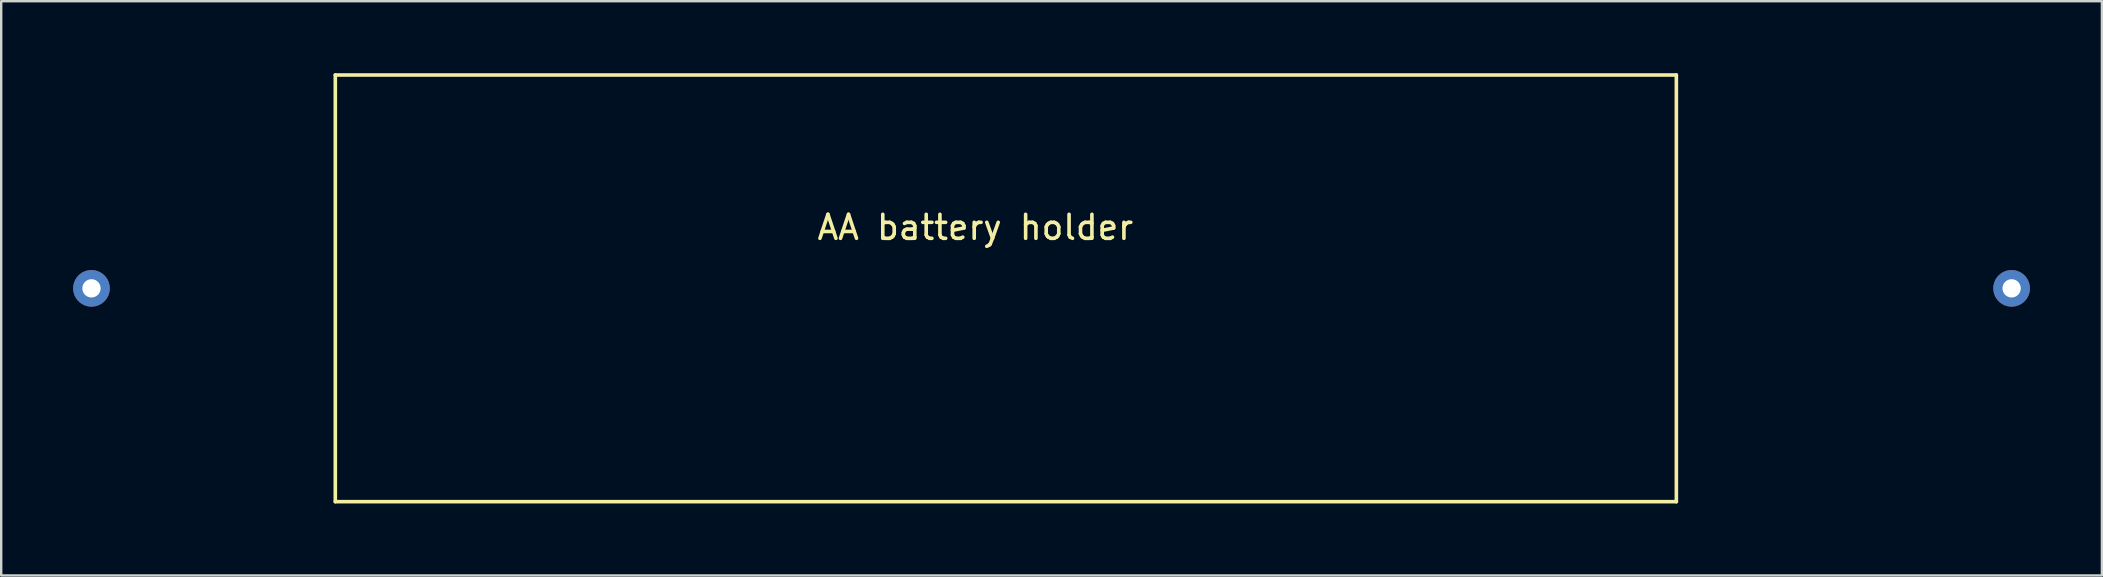
<source format=kicad_pcb>
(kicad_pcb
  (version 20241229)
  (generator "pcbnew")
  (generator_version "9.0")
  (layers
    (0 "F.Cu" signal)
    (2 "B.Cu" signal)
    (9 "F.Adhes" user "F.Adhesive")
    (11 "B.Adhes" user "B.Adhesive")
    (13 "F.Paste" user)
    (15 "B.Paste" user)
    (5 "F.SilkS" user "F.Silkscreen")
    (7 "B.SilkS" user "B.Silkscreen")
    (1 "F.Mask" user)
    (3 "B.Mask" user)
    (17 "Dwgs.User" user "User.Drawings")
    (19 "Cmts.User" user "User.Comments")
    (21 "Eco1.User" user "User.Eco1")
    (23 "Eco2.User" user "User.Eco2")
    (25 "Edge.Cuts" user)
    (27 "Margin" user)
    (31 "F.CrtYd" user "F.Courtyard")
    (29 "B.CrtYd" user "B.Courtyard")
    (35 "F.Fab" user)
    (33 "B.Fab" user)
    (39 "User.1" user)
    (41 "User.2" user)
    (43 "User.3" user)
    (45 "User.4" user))
  (footprint "AA battery holder"
    (layer "F.Cu")
    (at 37.592 8.965)
    (property "Reference" "AA battery holder" (at 0 -2.54 0) (layer "F.SilkS") (effects (font (size 1 1) (thickness 0.15))))
    (attr through_hole)
    (fp_line (start -26.67 -8.89) (end -26.67 8.89) (stroke (width 0.15) (type solid)) (layer "F.SilkS"))
    (fp_line (start -26.67 8.89) (end 29.21 8.89) (stroke (width 0.15) (type solid)) (layer "F.SilkS"))
    (fp_line (start 29.21 -8.89) (end -26.67 -8.89) (stroke (width 0.15) (type solid)) (layer "F.SilkS"))
    (fp_line (start 29.21 8.89) (end 29.21 -8.89) (stroke (width 0.15) (type solid)) (layer "F.SilkS"))
    (pad "1" thru_hole circle (at 43.18 0) (size 1.524 1.524) (drill 0.762) (layers "*.Cu" "*.Mask"))
    (pad "2" thru_hole circle (at -36.83 0) (size 1.524 1.524) (drill 0.762) (layers "*.Cu" "*.Mask")))
  (gr_rect
    (start -3 -3)
    (end 84.534 20.93)
    (stroke (width 0.1) (type default))
    (fill no)
    (layer "Edge.Cuts")))
</source>
